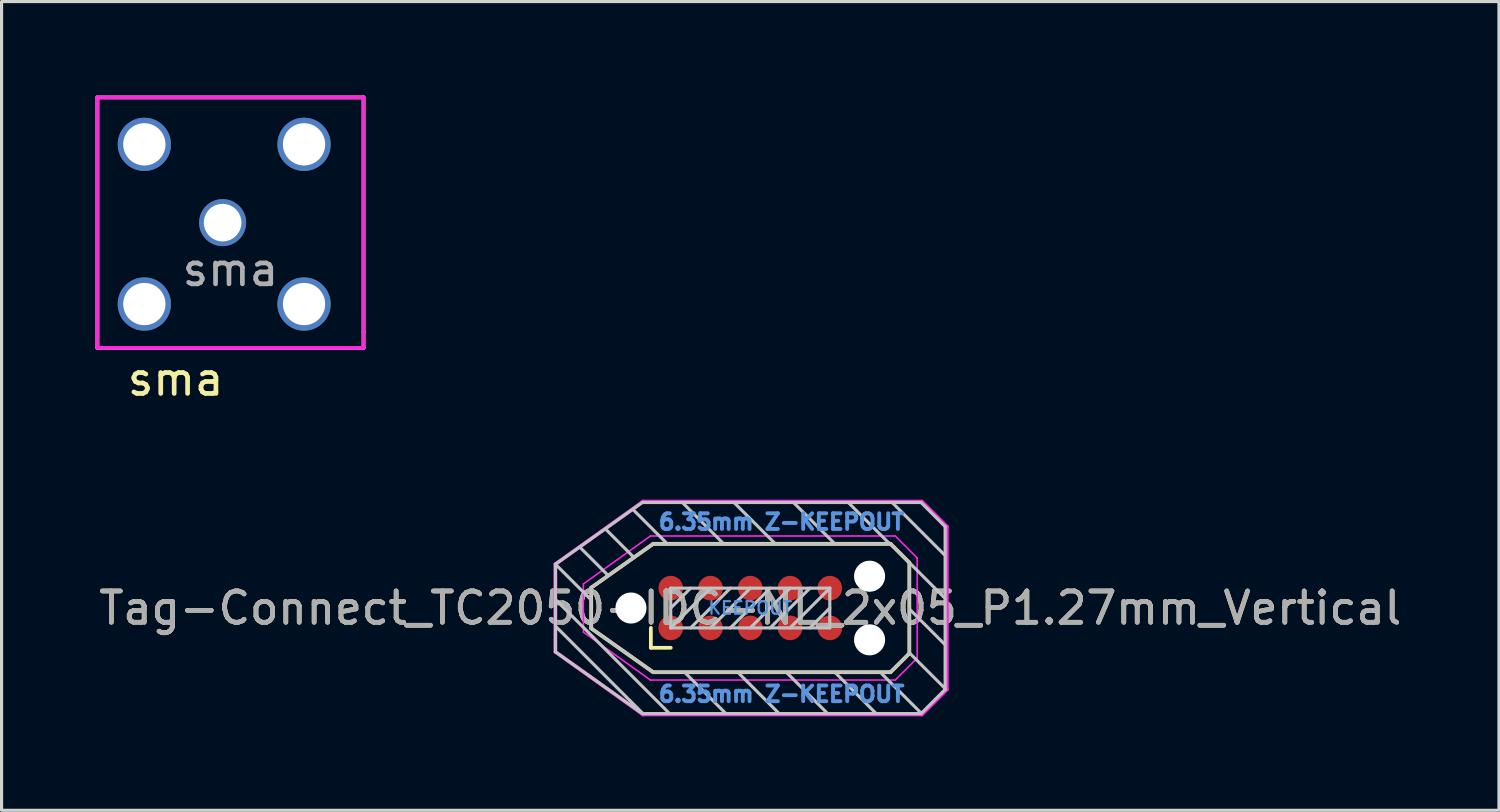
<source format=kicad_pcb>
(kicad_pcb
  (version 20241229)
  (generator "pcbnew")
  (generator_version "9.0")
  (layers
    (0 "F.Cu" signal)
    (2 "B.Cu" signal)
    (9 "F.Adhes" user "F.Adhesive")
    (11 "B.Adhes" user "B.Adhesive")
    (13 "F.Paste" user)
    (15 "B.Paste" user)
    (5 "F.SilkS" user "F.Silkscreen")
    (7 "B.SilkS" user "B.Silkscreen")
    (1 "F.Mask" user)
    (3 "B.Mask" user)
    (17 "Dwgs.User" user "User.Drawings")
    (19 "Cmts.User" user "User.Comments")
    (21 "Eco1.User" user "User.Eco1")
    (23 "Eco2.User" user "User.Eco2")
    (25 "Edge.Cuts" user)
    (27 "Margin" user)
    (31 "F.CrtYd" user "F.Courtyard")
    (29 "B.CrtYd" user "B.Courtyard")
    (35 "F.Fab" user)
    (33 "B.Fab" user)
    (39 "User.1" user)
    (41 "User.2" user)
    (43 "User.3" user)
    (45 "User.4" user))
  (footprint "Tag-Connect_TC2050-IDC-NL_2x05_P1.27mm_Vertical"
    (layer "F.Cu")
    (at 20.911 16.368)
    (property "Reference" "Tag-Connect_TC2050-IDC-NL_2x05_P1.27mm_Vertical" (at 0 0 0) (layer "F.SilkS") (effects (font (size 1 1) (thickness 0.15))))
    (attr exclude_from_pos_files exclude_from_bom)
    (fp_line (start -5.08 -0.65) (end -3.1 -2.05) (stroke (width 0.12) (type solid)) (layer "F.SilkS"))
    (fp_line (start -5.08 0.65) (end -5.08 -0.65) (stroke (width 0.12) (type solid)) (layer "F.SilkS"))
    (fp_line (start -3.175 1.27) (end -3.175 0.635) (stroke (width 0.12) (type solid)) (layer "F.SilkS"))
    (fp_line (start -3.1 -2.05) (end 4.48 -2.05) (stroke (width 0.12) (type solid)) (layer "F.SilkS"))
    (fp_line (start -3.1 2.05) (end -5.08 0.65) (stroke (width 0.12) (type solid)) (layer "F.SilkS"))
    (fp_line (start -2.54 1.27) (end -3.175 1.27) (stroke (width 0.12) (type solid)) (layer "F.SilkS"))
    (fp_line (start 4.48 -2.05) (end 5.08 -1.45) (stroke (width 0.12) (type solid)) (layer "F.SilkS"))
    (fp_line (start 4.48 2.05) (end -3.1 2.05) (stroke (width 0.12) (type solid)) (layer "F.SilkS"))
    (fp_line (start 4.48 2.05) (end 5.08 1.45) (stroke (width 0.12) (type solid)) (layer "F.SilkS"))
    (fp_line (start 5.08 -1.45) (end 5.08 1.45) (stroke (width 0.12) (type solid)) (layer "F.SilkS"))
    (fp_line (start -6.223 -1.4) (end -5.1 -0.277) (stroke (width 0.1) (type solid)) (layer "Dwgs.User"))
    (fp_line (start -6.223 -1.4) (end -3.45 -3.37) (stroke (width 0.1) (type solid)) (layer "Dwgs.User"))
    (fp_line (start -6.223 1.4) (end -6.223 -1.4) (stroke (width 0.1) (type solid)) (layer "Dwgs.User"))
    (fp_line (start -6.223 1.4) (end -3.45 3.37) (stroke (width 0.1) (type solid)) (layer "Dwgs.User"))
    (fp_line (start -6.2 -0.25) (end -2.6 3.35) (stroke (width 0.1) (type solid)) (layer "Dwgs.User"))
    (fp_line (start -6.2 0.6) (end -3.45 3.35) (stroke (width 0.1) (type solid)) (layer "Dwgs.User"))
    (fp_line (start -5.4 -1.9) (end -4.55 -1.05) (stroke (width 0.1) (type solid)) (layer "Dwgs.User"))
    (fp_line (start -5.08 -0.65) (end -3.1 -2.05) (stroke (width 0.1) (type solid)) (layer "Dwgs.User"))
    (fp_line (start -5.08 0.65) (end -5.08 -0.65) (stroke (width 0.1) (type solid)) (layer "Dwgs.User"))
    (fp_line (start -4.6 -2.5) (end -3.75 -1.65) (stroke (width 0.1) (type solid)) (layer "Dwgs.User"))
    (fp_line (start -3.75 -3.15) (end -2.65 -2.05) (stroke (width 0.1) (type solid)) (layer "Dwgs.User"))
    (fp_line (start -3.45 -3.37) (end 5.453 -3.37) (stroke (width 0.1) (type solid)) (layer "Dwgs.User"))
    (fp_line (start -3.1 -2.05) (end 4.48 -2.05) (stroke (width 0.1) (type solid)) (layer "Dwgs.User"))
    (fp_line (start -3.1 2.05) (end -5.08 0.65) (stroke (width 0.1) (type solid)) (layer "Dwgs.User"))
    (fp_line (start -2.54 -0.635) (end 2.54 -0.635) (stroke (width 0.1) (type solid)) (layer "Dwgs.User"))
    (fp_line (start -2.54 0) (end -1.905 -0.635) (stroke (width 0.1) (type solid)) (layer "Dwgs.User"))
    (fp_line (start -2.54 0.635) (end -2.54 -0.635) (stroke (width 0.1) (type solid)) (layer "Dwgs.User"))
    (fp_line (start -2.54 0.635) (end -1.27 -0.635) (stroke (width 0.1) (type solid)) (layer "Dwgs.User"))
    (fp_line (start -2.15 -3.35) (end -0.85 -2.05) (stroke (width 0.1) (type solid)) (layer "Dwgs.User"))
    (fp_line (start -2.1 2.05) (end -0.8 3.35) (stroke (width 0.1) (type solid)) (layer "Dwgs.User"))
    (fp_line (start -1.905 0.635) (end -0.635 -0.635) (stroke (width 0.1) (type solid)) (layer "Dwgs.User"))
    (fp_line (start -1.27 0.635) (end 0 -0.635) (stroke (width 0.1) (type solid)) (layer "Dwgs.User"))
    (fp_line (start -0.635 0.635) (end 0.635 -0.635) (stroke (width 0.1) (type solid)) (layer "Dwgs.User"))
    (fp_line (start -0.5 -3.35) (end 0.8 -2.05) (stroke (width 0.1) (type solid)) (layer "Dwgs.User"))
    (fp_line (start -0.35 2.1) (end 0.9 3.35) (stroke (width 0.1) (type solid)) (layer "Dwgs.User"))
    (fp_line (start 0 0.635) (end 1.27 -0.635) (stroke (width 0.1) (type solid)) (layer "Dwgs.User"))
    (fp_line (start 0.635 0.635) (end 1.905 -0.635) (stroke (width 0.1) (type solid)) (layer "Dwgs.User"))
    (fp_line (start 1.15 2.05) (end 2.45 3.35) (stroke (width 0.1) (type solid)) (layer "Dwgs.User"))
    (fp_line (start 1.27 0.635) (end 2.54 -0.635) (stroke (width 0.1) (type solid)) (layer "Dwgs.User"))
    (fp_line (start 1.4 -3.35) (end 2.7 -2.05) (stroke (width 0.1) (type solid)) (layer "Dwgs.User"))
    (fp_line (start 1.905 0.635) (end 2.54 0) (stroke (width 0.1) (type solid)) (layer "Dwgs.User"))
    (fp_line (start 2.54 -0.635) (end 2.54 0.635) (stroke (width 0.1) (type solid)) (layer "Dwgs.User"))
    (fp_line (start 2.54 0.635) (end -2.54 0.635) (stroke (width 0.1) (type solid)) (layer "Dwgs.User"))
    (fp_line (start 2.7 2.05) (end 4 3.35) (stroke (width 0.1) (type solid)) (layer "Dwgs.User"))
    (fp_line (start 3.15 -3.35) (end 4.4 -2.1) (stroke (width 0.1) (type solid)) (layer "Dwgs.User"))
    (fp_line (start 4.2 2.1) (end 5.45 3.35) (stroke (width 0.1) (type solid)) (layer "Dwgs.User"))
    (fp_line (start 4.4 -2.1) (end 4.45 -2.05) (stroke (width 0.1) (type solid)) (layer "Dwgs.User"))
    (fp_line (start 4.48 -2.05) (end 5.08 -1.45) (stroke (width 0.1) (type solid)) (layer "Dwgs.User"))
    (fp_line (start 4.48 2.05) (end -3.1 2.05) (stroke (width 0.1) (type solid)) (layer "Dwgs.User"))
    (fp_line (start 4.48 2.05) (end 5.08 1.45) (stroke (width 0.1) (type solid)) (layer "Dwgs.User"))
    (fp_line (start 4.55 -3.35) (end 6.2 -1.7) (stroke (width 0.1) (type solid)) (layer "Dwgs.User"))
    (fp_line (start 5.08 -1.45) (end 5.08 1.45) (stroke (width 0.1) (type solid)) (layer "Dwgs.User"))
    (fp_line (start 5.08 -1.45) (end 6.2 -0.33) (stroke (width 0.1) (type solid)) (layer "Dwgs.User"))
    (fp_line (start 5.1 0.05) (end 6.2 1.15) (stroke (width 0.1) (type solid)) (layer "Dwgs.User"))
    (fp_line (start 5.1 1.45) (end 6.2 2.55) (stroke (width 0.1) (type solid)) (layer "Dwgs.User"))
    (fp_line (start 5.453 -3.37) (end 6.223 -2.6) (stroke (width 0.1) (type solid)) (layer "Dwgs.User"))
    (fp_line (start 5.453 3.37) (end -3.45 3.37) (stroke (width 0.1) (type solid)) (layer "Dwgs.User"))
    (fp_line (start 5.453 3.37) (end 6.223 2.6) (stroke (width 0.1) (type solid)) (layer "Dwgs.User"))
    (fp_line (start 6.223 -2.6) (end 6.223 2.6) (stroke (width 0.1) (type solid)) (layer "Dwgs.User"))
    (fp_line (start -6.223 -1.4) (end -3.423 -3.4) (stroke (width 0.12) (type solid)) (layer "F.CrtYd"))
    (fp_line (start -6.223 1.4) (end -6.223 -1.4) (stroke (width 0.12) (type solid)) (layer "F.CrtYd"))
    (fp_line (start -5.33 -0.77) (end -3.19 -2.3) (stroke (width 0.05) (type solid)) (layer "F.CrtYd"))
    (fp_line (start -5.33 0.77) (end -5.33 -0.77) (stroke (width 0.05) (type solid)) (layer "F.CrtYd"))
    (fp_line (start -3.423 -3.4) (end 5.477 -3.4) (stroke (width 0.12) (type solid)) (layer "F.CrtYd"))
    (fp_line (start -3.423 3.4) (end -6.223 1.4) (stroke (width 0.12) (type solid)) (layer "F.CrtYd"))
    (fp_line (start -3.19 -2.3) (end 4.63 -2.3) (stroke (width 0.05) (type solid)) (layer "F.CrtYd"))
    (fp_line (start -3.19 2.3) (end -5.33 0.77) (stroke (width 0.05) (type solid)) (layer "F.CrtYd"))
    (fp_line (start 4.63 -2.3) (end 5.33 -1.6) (stroke (width 0.05) (type solid)) (layer "F.CrtYd"))
    (fp_line (start 4.63 2.3) (end -3.19 2.3) (stroke (width 0.05) (type solid)) (layer "F.CrtYd"))
    (fp_line (start 4.63 2.3) (end 5.33 1.6) (stroke (width 0.05) (type solid)) (layer "F.CrtYd"))
    (fp_line (start 5.33 -1.6) (end 5.33 1.6) (stroke (width 0.05) (type solid)) (layer "F.CrtYd"))
    (fp_line (start 5.477 -3.4) (end 6.277 -2.6) (stroke (width 0.12) (type solid)) (layer "F.CrtYd"))
    (fp_line (start 5.477 3.4) (end -3.423 3.4) (stroke (width 0.12) (type solid)) (layer "F.CrtYd"))
    (fp_line (start 6.277 -2.6) (end 6.277 2.6) (stroke (width 0.12) (type solid)) (layer "F.CrtYd"))
    (fp_line (start 6.277 2.6) (end 5.477 3.4) (stroke (width 0.12) (type solid)) (layer "F.CrtYd"))
    (fp_text user "6.35mm Z-KEEPOUT" (at 1 -2.75 0) (layer "Cmts.User") (effects (font (size 0.5 0.5) (thickness 0.125))))
    (fp_text user "KEEPOUT" (at 0 0 0) (layer "Cmts.User") (effects (font (size 0.4 0.4) (thickness 0.07))))
    (fp_text user "6.35mm Z-KEEPOUT" (at 1 2.75 0) (layer "Cmts.User") (effects (font (size 0.5 0.5) (thickness 0.125))))
    (fp_text user "${REFERENCE}" (at 0 0 0) (layer "F.Fab") (effects (font (size 1 1) (thickness 0.15))))
    (pad "" np_thru_hole circle (at -3.81 0) (size 0.991 0.991) (drill 0.991) (layers "*.Cu" "*.Mask"))
    (pad "" np_thru_hole circle (at 3.81 -1.016) (size 0.991 0.991) (drill 0.991) (layers "*.Cu" "*.Mask"))
    (pad "" np_thru_hole circle (at 3.81 1.016) (size 0.991 0.991) (drill 0.991) (layers "*.Cu" "*.Mask"))
    (pad "1" connect circle (at -2.54 0.635) (size 0.787 0.787) (layers "F.Cu" "F.Mask"))
    (pad "2" connect circle (at -1.27 0.635) (size 0.787 0.787) (layers "F.Cu" "F.Mask"))
    (pad "3" connect circle (at 0 0.635) (size 0.787 0.787) (layers "F.Cu" "F.Mask"))
    (pad "4" connect circle (at 1.27 0.635) (size 0.787 0.787) (layers "F.Cu" "F.Mask"))
    (pad "5" connect circle (at 2.54 0.635) (size 0.787 0.787) (layers "F.Cu" "F.Mask"))
    (pad "6" connect circle (at 2.54 -0.635) (size 0.787 0.787) (layers "F.Cu" "F.Mask"))
    (pad "7" connect circle (at 1.27 -0.635) (size 0.787 0.787) (layers "F.Cu" "F.Mask"))
    (pad "8" connect circle (at 0 -0.635) (size 0.787 0.787) (layers "F.Cu" "F.Mask"))
    (pad "9" connect circle (at -1.27 -0.635) (size 0.787 0.787) (layers "F.Cu" "F.Mask"))
    (pad "10" connect circle (at -2.54 -0.635) (size 0.787 0.787) (layers "F.Cu" "F.Mask")))
  (footprint "sma"
    (layer "F.Cu")
    (at 4.06 4.06)
    (property "Reference" "sma" (at -1.5 5 0) (unlocked yes) (layer "F.SilkS") (effects (font (size 1 1) (thickness 0.15))))
    (fp_line (start -4 -4) (end 4.5 -4) (stroke (width 0.12) (type solid)) (layer "F.SilkS"))
    (fp_line (start -4 4) (end -4 -4) (stroke (width 0.12) (type solid)) (layer "F.SilkS"))
    (fp_line (start 4.5 -4) (end 4.5 3.5) (stroke (width 0.12) (type solid)) (layer "F.SilkS"))
    (fp_line (start 4.5 3.5) (end 4.5 4) (stroke (width 0.12) (type solid)) (layer "F.SilkS"))
    (fp_line (start 4.5 4) (end -4 4) (stroke (width 0.12) (type solid)) (layer "F.SilkS"))
    (fp_line (start -4 -4) (end 4.5 -4) (stroke (width 0.12) (type solid)) (layer "F.CrtYd"))
    (fp_line (start -4 4) (end -4 -4) (stroke (width 0.12) (type solid)) (layer "F.CrtYd"))
    (fp_line (start 4.5 -4) (end 4.5 4) (stroke (width 0.12) (type solid)) (layer "F.CrtYd"))
    (fp_line (start 4.5 4) (end -4 4) (stroke (width 0.12) (type solid)) (layer "F.CrtYd"))
    (fp_text user "${REFERENCE}" (at 0.25 1.5 0) (unlocked yes) (layer "F.Fab") (effects (font (size 1 1) (thickness 0.15))))
    (pad "1" thru_hole circle (at 0 0) (size 1.5 1.5) (drill 1.2) (layers "*.Cu" "*.Mask"))
    (pad "2" thru_hole circle (at -2.5 -2.5) (size 1.7 1.7) (drill 1.35) (layers "*.Cu" "*.Mask"))
    (pad "2" thru_hole circle (at -2.5 2.6) (size 1.7 1.7) (drill 1.35) (layers "*.Cu" "*.Mask"))
    (pad "2" thru_hole circle (at 2.6 -2.5) (size 1.7 1.7) (drill 1.35) (layers "*.Cu" "*.Mask"))
    (pad "2" thru_hole circle (at 2.6 2.6) (size 1.7 1.7) (drill 1.35) (layers "*.Cu" "*.Mask")))
  (gr_rect
    (start -3 -3)
    (end 44.821 22.828)
    (stroke (width 0.1) (type default))
    (fill no)
    (layer "Edge.Cuts")))
</source>
